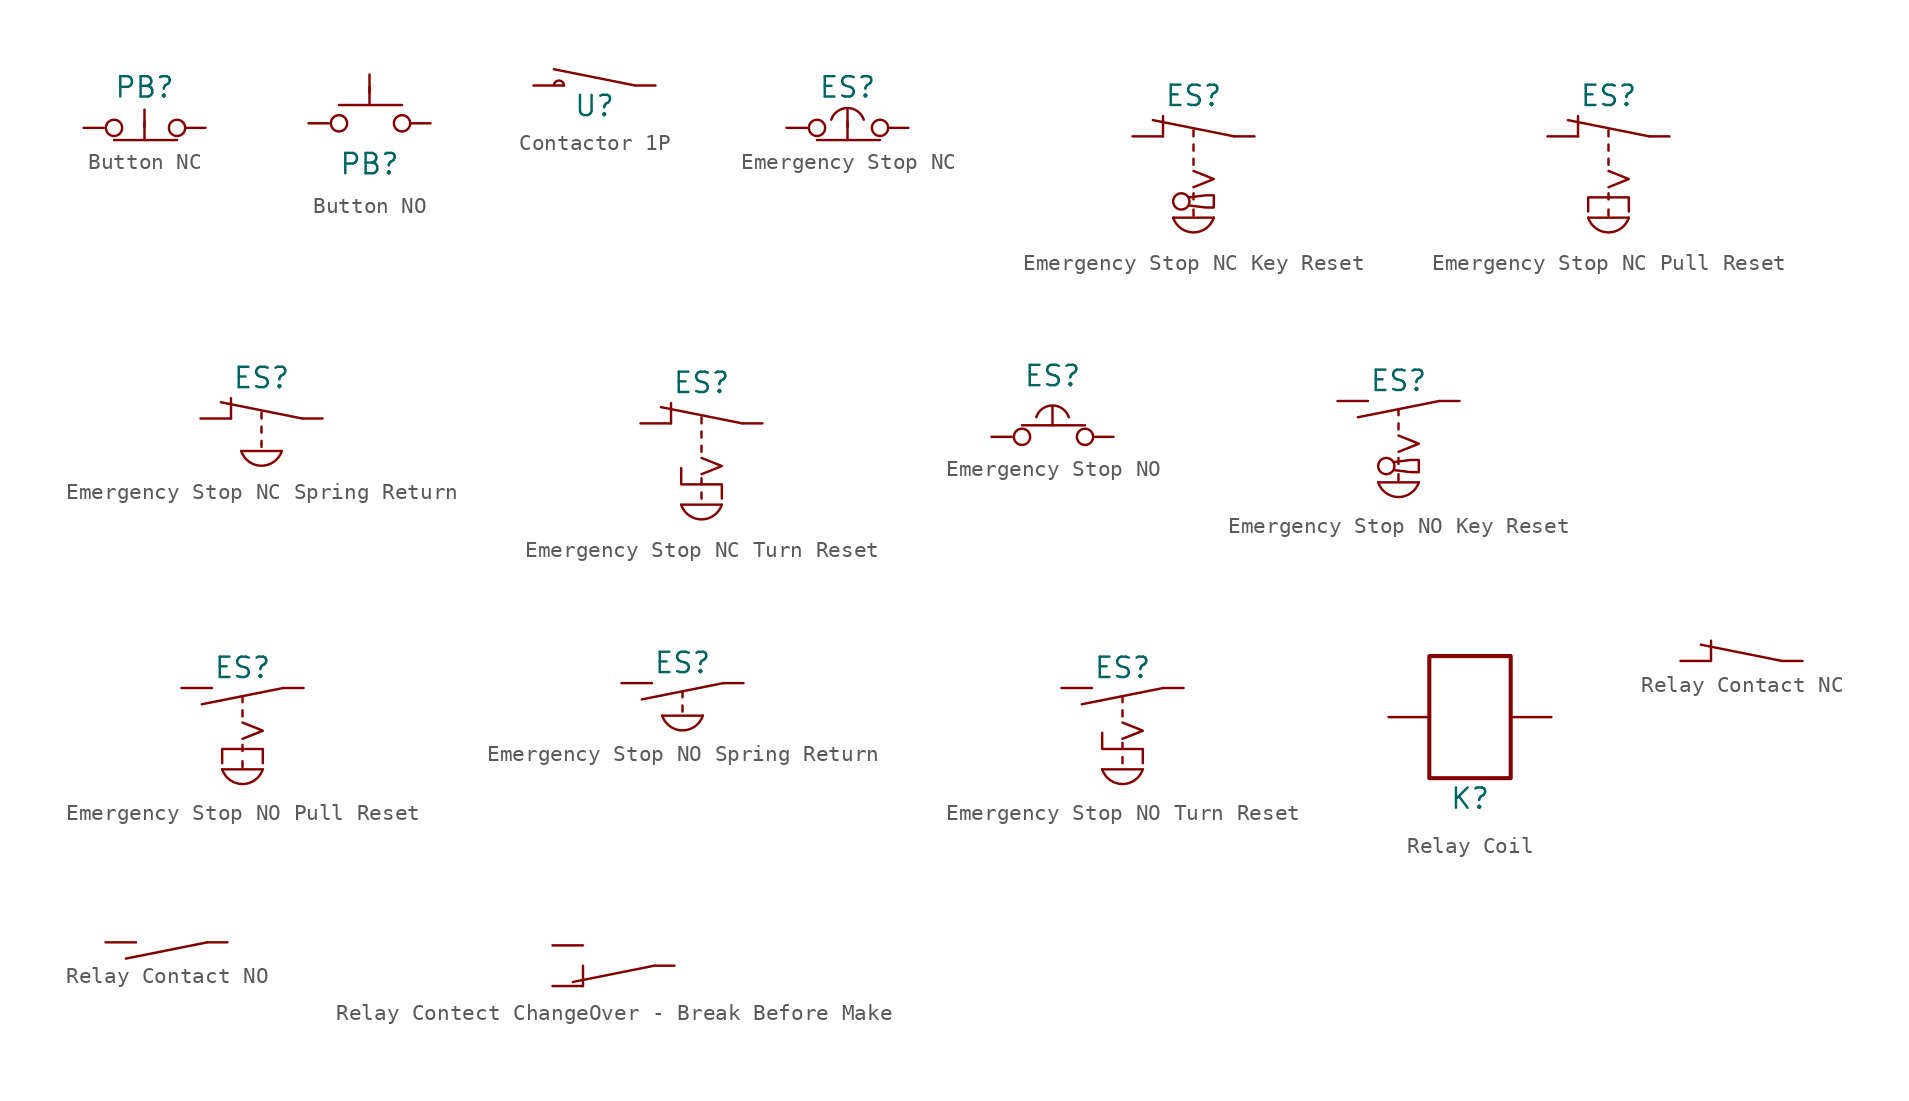
<source format=kicad_sym>
(kicad_symbol_lib
  (version 20220914)
  (generator kicad_symbol_editor)
  (symbol "Button NC"
    (pin_numbers hide)
    (pin_names
      (offset 0) hide)
    (property "Reference" "PB"
      (at 0 2.54 0)
      (effects (font (size 1.27 1.27))))
    (symbol "Button NC_1_0"
      (polyline (pts (xy 0 0) (xy 0 0.381)) (stroke (width 0) (type default)) (fill (type none)))
      (polyline (pts (xy 0 1.143) (xy 0 -0.762)) (stroke (width 0) (type default)) (fill (type none))))
    (symbol "Button NC_1_1"
      (circle (center -1.905 0) (radius 0.508) (stroke (width 0) (type default)) (fill (type none)))
      (polyline (pts (xy 2.032 -0.762) (xy -1.905 -0.762)) (stroke (width 0) (type default)) (fill (type none)))
      (circle (center 2.032 0) (radius 0.508) (stroke (width 0) (type default)) (fill (type none)))
      (pin passive line (at 3.81 0 180) (length 1.27) (name "COM1" (effects (font (size 1.27 1.27)))) (number "COM1" (effects (font (size 1.27 1.27)))))
      (pin passive line (at -3.81 0 0) (length 1.27) (name "NC1" (effects (font (size 1.27 1.27)))) (number "NC1" (effects (font (size 1.27 1.27)))))))
  (symbol "Button NO"
    (pin_numbers hide)
    (pin_names
      (offset 0) hide)
    (property "Reference" "PB"
      (at 0 -2.54 0)
      (effects (font (size 1.27 1.27))))
    (symbol "Button NO_1_0"
      (polyline (pts (xy 0 1.905) (xy 0 2.286)) (stroke (width 0) (type default)) (fill (type none)))
      (polyline (pts (xy 0 3.048) (xy 0 1.143)) (stroke (width 0) (type default)) (fill (type none))))
    (symbol "Button NO_1_1"
      (circle (center -1.905 0) (radius 0.508) (stroke (width 0) (type default)) (fill (type none)))
      (polyline (pts (xy 2.032 1.143) (xy -1.905 1.143)) (stroke (width 0) (type default)) (fill (type none)))
      (circle (center 2.032 0) (radius 0.508) (stroke (width 0) (type default)) (fill (type none)))
      (pin passive line (at 3.81 0 180) (length 1.27) (name "COM1" (effects (font (size 1.27 1.27)))) (number "COM1" (effects (font (size 1.27 1.27)))))
      (pin passive line (at -3.81 0 0) (length 1.27) (name "NC1" (effects (font (size 1.27 1.27)))) (number "NC1" (effects (font (size 1.27 1.27)))))))
  (symbol "Contactor 1P"
    (pin_numbers hide)
    (pin_names
      (offset 0) hide)
    (property "Reference" "U"
      (at 0 -1.27 0)
      (effects (font (size 1.27 1.27))))
    (symbol "Contactor 1P_0_1"
      (arc (start -1.905 0) (mid -2.2225 0.3064) (end -2.54 0) (stroke (width 0) (type default)) (fill (type none))))
    (symbol "Contactor 1P_1_1"
      (polyline (pts (xy 2.54 0) (xy -2.54 1.016)) (stroke (width 0) (type default)) (fill (type none)))
      (pin passive line (at 3.81 0 180) (length 1.27) (name "COM1" (effects (font (size 1.27 1.27)))) (number "COM1" (effects (font (size 1.27 1.27)))))
      (pin passive line (at -3.81 0 0) (length 1.905) (name "NC1" (effects (font (size 1.27 1.27)))) (number "NC1" (effects (font (size 1.27 1.27)))))))
  (symbol "Emergency Stop NC"
    (pin_numbers hide)
    (pin_names
      (offset 0) hide)
    (property "Reference" "ES"
      (at 0 2.54 0)
      (effects (font (size 1.27 1.27))))
    (symbol "Emergency Stop NC_0_0"
      (arc (start 1.016 0.508) (mid 0 1.2398) (end -1.016 0.508) (stroke (width 0) (type default)) (fill (type none))))
    (symbol "Emergency Stop NC_1_0"
      (polyline (pts (xy 0 0) (xy 0 0.381)) (stroke (width 0) (type default)) (fill (type none)))
      (polyline (pts (xy 0 1.143) (xy 0 -0.762)) (stroke (width 0) (type default)) (fill (type none))))
    (symbol "Emergency Stop NC_1_1"
      (circle (center -1.905 0) (radius 0.508) (stroke (width 0) (type default)) (fill (type none)))
      (polyline (pts (xy 2.032 -0.762) (xy -1.905 -0.762)) (stroke (width 0) (type default)) (fill (type none)))
      (circle (center 2.032 0) (radius 0.508) (stroke (width 0) (type default)) (fill (type none)))
      (pin passive line (at 3.81 0 180) (length 1.27) (name "COM1" (effects (font (size 1.27 1.27)))) (number "COM1" (effects (font (size 1.27 1.27)))))
      (pin passive line (at -3.81 0 0) (length 1.27) (name "NC1" (effects (font (size 1.27 1.27)))) (number "NC1" (effects (font (size 1.27 1.27)))))))
  (symbol "Emergency Stop NC Key Reset"
    (pin_numbers hide)
    (pin_names
      (offset 0) hide)
    (property "Reference" "ES"
      (at 0 2.54 0)
      (effects (font (size 1.27 1.27))))
    (symbol "Emergency Stop NC Key Reset_0_0"
      (arc (start -1.27 -5.08) (mid 0 -6.0002) (end 1.27 -5.08) (stroke (width 0) (type default)) (fill (type none)))
      (circle (center -0.762 -4.064) (radius 0.508) (stroke (width 0) (type default)) (fill (type none)))
      (polyline (pts (xy -1.905 0) (xy -1.905 1.27)) (stroke (width 0) (type default)) (fill (type none)))
      (polyline (pts (xy -1.27 -5.08) (xy 1.27 -5.08)) (stroke (width 0) (type default)) (fill (type none)))
      (polyline (pts (xy 0 -3.175) (xy 1.27 -2.667) (xy 0 -2.159)) (stroke (width 0) (type default)) (fill (type none)))
      (polyline (pts (xy -0.254 -3.81) (xy 0.762 -3.683) (xy 1.27 -3.683) (xy 1.27 -4.445) (xy 0.762 -4.445) (xy -0.254 -4.318)) (stroke (width 0) (type default)) (fill (type none))))
    (symbol "Emergency Stop NC Key Reset_1_0"
      (polyline (pts (xy 0 -4.953) (xy 0 -4.572)) (stroke (width 0) (type default)) (fill (type none)))
      (polyline (pts (xy 0 -3.556) (xy 0 -3.937)) (stroke (width 0) (type default)) (fill (type none)))
      (polyline (pts (xy 0 -1.778) (xy 0 -1.397)) (stroke (width 0) (type default)) (fill (type none)))
      (polyline (pts (xy 0 -0.889) (xy 0 -0.508)) (stroke (width 0) (type default)) (fill (type none)))
      (polyline (pts (xy 0 0) (xy 0 0.381)) (stroke (width 0) (type default)) (fill (type none))))
    (symbol "Emergency Stop NC Key Reset_1_1"
      (polyline (pts (xy 2.54 0) (xy -2.54 1.016)) (stroke (width 0) (type default)) (fill (type none)))
      (pin passive line (at 3.81 0 180) (length 1.27) (name "COM1" (effects (font (size 1.27 1.27)))) (number "COM1" (effects (font (size 1.27 1.27)))))
      (pin passive line (at -3.81 0 0) (length 1.905) (name "NC1" (effects (font (size 1.27 1.27)))) (number "NC1" (effects (font (size 1.27 1.27)))))))
  (symbol "Emergency Stop NC Pull Reset"
    (pin_numbers hide)
    (pin_names
      (offset 0) hide)
    (property "Reference" "ES"
      (at 0 2.54 0)
      (effects (font (size 1.27 1.27))))
    (symbol "Emergency Stop NC Pull Reset_0_0"
      (arc (start -1.27 -5.08) (mid 0 -6.0002) (end 1.27 -5.08) (stroke (width 0) (type default)) (fill (type none)))
      (polyline (pts (xy -1.905 0) (xy -1.905 1.27)) (stroke (width 0) (type default)) (fill (type none)))
      (polyline (pts (xy -1.27 -5.08) (xy 1.27 -5.08)) (stroke (width 0) (type default)) (fill (type none)))
      (polyline (pts (xy 0 -3.175) (xy 1.27 -2.667) (xy 0 -2.159)) (stroke (width 0) (type default)) (fill (type none)))
      (polyline (pts (xy -1.27 -4.699) (xy -1.27 -3.81) (xy 1.27 -3.81) (xy 1.27 -4.699)) (stroke (width 0) (type default)) (fill (type none))))
    (symbol "Emergency Stop NC Pull Reset_1_0"
      (polyline (pts (xy 0 -4.953) (xy 0 -4.572)) (stroke (width 0) (type default)) (fill (type none)))
      (polyline (pts (xy 0 -3.556) (xy 0 -3.937)) (stroke (width 0) (type default)) (fill (type none)))
      (polyline (pts (xy 0 -1.778) (xy 0 -1.397)) (stroke (width 0) (type default)) (fill (type none)))
      (polyline (pts (xy 0 -0.889) (xy 0 -0.508)) (stroke (width 0) (type default)) (fill (type none)))
      (polyline (pts (xy 0 0) (xy 0 0.381)) (stroke (width 0) (type default)) (fill (type none))))
    (symbol "Emergency Stop NC Pull Reset_1_1"
      (polyline (pts (xy 2.54 0) (xy -2.54 1.016)) (stroke (width 0) (type default)) (fill (type none)))
      (pin passive line (at 3.81 0 180) (length 1.27) (name "COM1" (effects (font (size 1.27 1.27)))) (number "COM1" (effects (font (size 1.27 1.27)))))
      (pin passive line (at -3.81 0 0) (length 1.905) (name "NC1" (effects (font (size 1.27 1.27)))) (number "NC1" (effects (font (size 1.27 1.27)))))))
  (symbol "Emergency Stop NC Spring Return"
    (pin_numbers hide)
    (pin_names
      (offset 0) hide)
    (property "Reference" "ES"
      (at 0 2.54 0)
      (effects (font (size 1.27 1.27))))
    (symbol "Emergency Stop NC Spring Return_0_0"
      (arc (start -1.27 -2.032) (mid 0 -2.9522) (end 1.27 -2.032) (stroke (width 0) (type default)) (fill (type none)))
      (polyline (pts (xy -1.905 0) (xy -1.905 1.27)) (stroke (width 0) (type default)) (fill (type none)))
      (polyline (pts (xy -1.27 -2.032) (xy 1.27 -2.032)) (stroke (width 0) (type default)) (fill (type none))))
    (symbol "Emergency Stop NC Spring Return_1_0"
      (polyline (pts (xy 0 -1.778) (xy 0 -1.397)) (stroke (width 0) (type default)) (fill (type none)))
      (polyline (pts (xy 0 -0.889) (xy 0 -0.508)) (stroke (width 0) (type default)) (fill (type none)))
      (polyline (pts (xy 0 0) (xy 0 0.381)) (stroke (width 0) (type default)) (fill (type none))))
    (symbol "Emergency Stop NC Spring Return_1_1"
      (polyline (pts (xy 2.54 0) (xy -2.54 1.016)) (stroke (width 0) (type default)) (fill (type none)))
      (pin passive line (at 3.81 0 180) (length 1.27) (name "COM1" (effects (font (size 1.27 1.27)))) (number "COM1" (effects (font (size 1.27 1.27)))))
      (pin passive line (at -3.81 0 0) (length 1.905) (name "NC1" (effects (font (size 1.27 1.27)))) (number "NC1" (effects (font (size 1.27 1.27)))))))
  (symbol "Emergency Stop NC Turn Reset"
    (pin_numbers hide)
    (pin_names
      (offset 0) hide)
    (property "Reference" "ES"
      (at 0 2.54 0)
      (effects (font (size 1.27 1.27))))
    (symbol "Emergency Stop NC Turn Reset_0_0"
      (arc (start -1.27 -5.08) (mid 0 -6.0002) (end 1.27 -5.08) (stroke (width 0) (type default)) (fill (type none)))
      (polyline (pts (xy -1.905 0) (xy -1.905 1.27)) (stroke (width 0) (type default)) (fill (type none)))
      (polyline (pts (xy -1.27 -5.08) (xy 1.27 -5.08)) (stroke (width 0) (type default)) (fill (type none)))
      (polyline (pts (xy 0 -3.175) (xy 1.27 -2.667) (xy 0 -2.159)) (stroke (width 0) (type default)) (fill (type none)))
      (polyline (pts (xy -1.27 -2.794) (xy -1.27 -3.81) (xy 1.27 -3.81) (xy 1.27 -4.699)) (stroke (width 0) (type default)) (fill (type none))))
    (symbol "Emergency Stop NC Turn Reset_1_0"
      (polyline (pts (xy 0 -4.699) (xy 0 -4.318)) (stroke (width 0) (type default)) (fill (type none)))
      (polyline (pts (xy 0 -3.429) (xy 0 -3.81)) (stroke (width 0) (type default)) (fill (type none)))
      (polyline (pts (xy 0 -1.778) (xy 0 -1.397)) (stroke (width 0) (type default)) (fill (type none)))
      (polyline (pts (xy 0 -0.889) (xy 0 -0.508)) (stroke (width 0) (type default)) (fill (type none)))
      (polyline (pts (xy 0 0) (xy 0 0.381)) (stroke (width 0) (type default)) (fill (type none))))
    (symbol "Emergency Stop NC Turn Reset_1_1"
      (polyline (pts (xy 2.54 0) (xy -2.54 1.016)) (stroke (width 0) (type default)) (fill (type none)))
      (pin passive line (at 3.81 0 180) (length 1.27) (name "COM1" (effects (font (size 1.27 1.27)))) (number "COM1" (effects (font (size 1.27 1.27)))))
      (pin passive line (at -3.81 0 0) (length 1.905) (name "NC1" (effects (font (size 1.27 1.27)))) (number "NC1" (effects (font (size 1.27 1.27)))))))
  (symbol "Emergency Stop NO"
    (pin_numbers hide)
    (pin_names
      (offset 0) hide)
    (property "Reference" "ES"
      (at 0 3.81 0)
      (effects (font (size 1.27 1.27))))
    (symbol "Emergency Stop NO_0_0"
      (arc (start 1.016 1.2284) (mid 0 1.9602) (end -1.016 1.2284) (stroke (width 0) (type default)) (fill (type none))))
    (symbol "Emergency Stop NO_1_0"
      (polyline (pts (xy 0 1.905) (xy 0 0.72)) (stroke (width 0) (type default)) (fill (type none))))
    (symbol "Emergency Stop NO_1_1"
      (circle (center -1.905 0) (radius 0.508) (stroke (width 0) (type default)) (fill (type none)))
      (polyline (pts (xy 2.032 0.72) (xy -1.905 0.72)) (stroke (width 0) (type default)) (fill (type none)))
      (circle (center 2.032 0) (radius 0.508) (stroke (width 0) (type default)) (fill (type none)))
      (pin passive line (at 3.81 0 180) (length 1.27) (name "COM1" (effects (font (size 1.27 1.27)))) (number "COM1" (effects (font (size 1.27 1.27)))))
      (pin passive line (at -3.81 0 0) (length 1.27) (name "NC1" (effects (font (size 1.27 1.27)))) (number "NC1" (effects (font (size 1.27 1.27)))))))
  (symbol "Emergency Stop NO Key Reset"
    (pin_numbers hide)
    (pin_names
      (offset 0) hide)
    (property "Reference" "ES"
      (at 0 1.27 0)
      (effects (font (size 1.27 1.27))))
    (symbol "Emergency Stop NO Key Reset_0_0"
      (arc (start -1.27 -5.08) (mid 0 -6.0002) (end 1.27 -5.08) (stroke (width 0) (type default)) (fill (type none)))
      (circle (center -0.762 -4.064) (radius 0.508) (stroke (width 0) (type default)) (fill (type none)))
      (polyline (pts (xy -1.27 -5.08) (xy 1.27 -5.08)) (stroke (width 0) (type default)) (fill (type none)))
      (polyline (pts (xy 0 -3.175) (xy 1.27 -2.667) (xy 0 -2.159)) (stroke (width 0) (type default)) (fill (type none)))
      (polyline (pts (xy -0.254 -3.81) (xy 0.762 -3.683) (xy 1.27 -3.683) (xy 1.27 -4.445) (xy 0.762 -4.445) (xy -0.254 -4.318)) (stroke (width 0) (type default)) (fill (type none))))
    (symbol "Emergency Stop NO Key Reset_1_0"
      (polyline (pts (xy 0 -4.953) (xy 0 -4.572)) (stroke (width 0) (type default)) (fill (type none)))
      (polyline (pts (xy 0 -3.556) (xy 0 -3.937)) (stroke (width 0) (type default)) (fill (type none)))
      (polyline (pts (xy 0 -1.778) (xy 0 -1.397)) (stroke (width 0) (type default)) (fill (type none)))
      (polyline (pts (xy 0 -0.889) (xy 0 -0.508)) (stroke (width 0) (type default)) (fill (type none))))
    (symbol "Emergency Stop NO Key Reset_1_1"
      (polyline (pts (xy 2.54 0) (xy -2.54 -1.016)) (stroke (width 0) (type default)) (fill (type none)))
      (pin passive line (at 3.81 0 180) (length 1.27) (name "COM1" (effects (font (size 1.27 1.27)))) (number "COM1" (effects (font (size 1.27 1.27)))))
      (pin passive line (at -3.81 0 0) (length 1.905) (name "NC1" (effects (font (size 1.27 1.27)))) (number "NC1" (effects (font (size 1.27 1.27)))))))
  (symbol "Emergency Stop NO Pull Reset"
    (pin_numbers hide)
    (pin_names
      (offset 0) hide)
    (property "Reference" "ES"
      (at 0 1.27 0)
      (effects (font (size 1.27 1.27))))
    (symbol "Emergency Stop NO Pull Reset_0_0"
      (arc (start -1.27 -5.08) (mid 0 -6.0002) (end 1.27 -5.08) (stroke (width 0) (type default)) (fill (type none)))
      (polyline (pts (xy -1.27 -5.08) (xy 1.27 -5.08)) (stroke (width 0) (type default)) (fill (type none)))
      (polyline (pts (xy 0 -3.175) (xy 1.27 -2.667) (xy 0 -2.159)) (stroke (width 0) (type default)) (fill (type none)))
      (polyline (pts (xy -1.27 -4.699) (xy -1.27 -3.81) (xy 1.27 -3.81) (xy 1.27 -4.699)) (stroke (width 0) (type default)) (fill (type none))))
    (symbol "Emergency Stop NO Pull Reset_1_0"
      (polyline (pts (xy 0 -4.953) (xy 0 -4.572)) (stroke (width 0) (type default)) (fill (type none)))
      (polyline (pts (xy 0 -3.556) (xy 0 -3.937)) (stroke (width 0) (type default)) (fill (type none)))
      (polyline (pts (xy 0 -1.778) (xy 0 -1.397)) (stroke (width 0) (type default)) (fill (type none)))
      (polyline (pts (xy 0 -0.889) (xy 0 -0.508)) (stroke (width 0) (type default)) (fill (type none))))
    (symbol "Emergency Stop NO Pull Reset_1_1"
      (polyline (pts (xy -2.54 -1.016) (xy 2.54 0)) (stroke (width 0) (type default)) (fill (type none)))
      (pin passive line (at 3.81 0 180) (length 1.27) (name "COM1" (effects (font (size 1.27 1.27)))) (number "COM1" (effects (font (size 1.27 1.27)))))
      (pin passive line (at -3.81 0 0) (length 1.905) (name "NC1" (effects (font (size 1.27 1.27)))) (number "NC1" (effects (font (size 1.27 1.27)))))))
  (symbol "Emergency Stop NO Spring Return"
    (pin_numbers hide)
    (pin_names
      (offset 0) hide)
    (property "Reference" "ES"
      (at 0 1.27 0)
      (effects (font (size 1.27 1.27))))
    (symbol "Emergency Stop NO Spring Return_0_0"
      (arc (start -1.27 -2.032) (mid 0 -2.9522) (end 1.27 -2.032) (stroke (width 0) (type default)) (fill (type none)))
      (polyline (pts (xy -1.27 -2.032) (xy 1.27 -2.032)) (stroke (width 0) (type default)) (fill (type none))))
    (symbol "Emergency Stop NO Spring Return_1_0"
      (polyline (pts (xy 0 -1.778) (xy 0 -1.397)) (stroke (width 0) (type default)) (fill (type none)))
      (polyline (pts (xy 0 -0.889) (xy 0 -0.508)) (stroke (width 0) (type default)) (fill (type none))))
    (symbol "Emergency Stop NO Spring Return_1_1"
      (polyline (pts (xy -2.54 -1.016) (xy 2.54 0)) (stroke (width 0) (type default)) (fill (type none)))
      (pin passive line (at 3.81 0 180) (length 1.27) (name "COM1" (effects (font (size 1.27 1.27)))) (number "COM1" (effects (font (size 1.27 1.27)))))
      (pin passive line (at -3.81 0 0) (length 1.905) (name "NC1" (effects (font (size 1.27 1.27)))) (number "NC1" (effects (font (size 1.27 1.27)))))))
  (symbol "Emergency Stop NO Turn Reset"
    (pin_numbers hide)
    (pin_names
      (offset 0) hide)
    (property "Reference" "ES"
      (at 0 1.27 0)
      (effects (font (size 1.27 1.27))))
    (symbol "Emergency Stop NO Turn Reset_0_0"
      (arc (start -1.27 -5.08) (mid 0 -6.0002) (end 1.27 -5.08) (stroke (width 0) (type default)) (fill (type none)))
      (polyline (pts (xy -1.27 -5.08) (xy 1.27 -5.08)) (stroke (width 0) (type default)) (fill (type none)))
      (polyline (pts (xy 0 -3.175) (xy 1.27 -2.667) (xy 0 -2.159)) (stroke (width 0) (type default)) (fill (type none)))
      (polyline (pts (xy -1.27 -2.794) (xy -1.27 -3.81) (xy 1.27 -3.81) (xy 1.27 -4.699)) (stroke (width 0) (type default)) (fill (type none))))
    (symbol "Emergency Stop NO Turn Reset_1_0"
      (polyline (pts (xy 0 -4.699) (xy 0 -4.318)) (stroke (width 0) (type default)) (fill (type none)))
      (polyline (pts (xy 0 -3.429) (xy 0 -3.81)) (stroke (width 0) (type default)) (fill (type none)))
      (polyline (pts (xy 0 -1.778) (xy 0 -1.397)) (stroke (width 0) (type default)) (fill (type none)))
      (polyline (pts (xy 0 -0.889) (xy 0 -0.508)) (stroke (width 0) (type default)) (fill (type none))))
    (symbol "Emergency Stop NO Turn Reset_1_1"
      (polyline (pts (xy 2.54 0) (xy -2.54 -1.016)) (stroke (width 0) (type default)) (fill (type none)))
      (pin passive line (at 3.81 0 180) (length 1.27) (name "COM1" (effects (font (size 1.27 1.27)))) (number "COM1" (effects (font (size 1.27 1.27)))))
      (pin passive line (at -3.81 0 0) (length 1.905) (name "NC1" (effects (font (size 1.27 1.27)))) (number "NC1" (effects (font (size 1.27 1.27)))))))
  (symbol "Relay Coil"
    (pin_numbers hide)
    (pin_names
      (offset 0) hide)
    (property "Reference" "K"
      (at 0 -5.08 0)
      (effects (font (size 1.27 1.27))))
    (symbol "Relay Coil_0_1"
      (rectangle (start -2.54 3.81) (end 2.54 -3.81) (stroke (width 0.254) (type default)) (fill (type none))))
    (symbol "Relay Coil_1_1"
      (pin passive line (at -5.08 0 0) (length 2.54) (name "COIL1" (effects (font (size 1.27 1.27)))) (number "COIL1" (effects (font (size 1.27 1.27)))))
      (pin passive line (at 5.08 0 180) (length 2.54) (name "COIL2" (effects (font (size 1.27 1.27)))) (number "COIL2" (effects (font (size 1.27 1.27)))))))
  (symbol "Relay Contact NC"
    (pin_numbers hide)
    (pin_names
      (offset 0) hide)
    (property "Reference" "K"
      (at 0 -1.27 0)
      (effects (font (size 1.27 1.27)) hide))
    (symbol "Relay Contact NC_0_0"
      (polyline (pts (xy -1.905 0) (xy -1.905 1.27)) (stroke (width 0) (type default)) (fill (type none))))
    (symbol "Relay Contact NC_1_1"
      (polyline (pts (xy 2.54 0) (xy -2.54 1.016)) (stroke (width 0) (type default)) (fill (type none)))
      (pin passive line (at 3.81 0 180) (length 1.27) (name "COM1" (effects (font (size 1.27 1.27)))) (number "COM1" (effects (font (size 1.27 1.27)))))
      (pin passive line (at -3.81 0 0) (length 1.905) (name "NC1" (effects (font (size 1.27 1.27)))) (number "NC1" (effects (font (size 1.27 1.27)))))))
  (symbol "Relay Contact NO"
    (pin_numbers hide)
    (pin_names
      (offset 0) hide)
    (property "Reference" "K"
      (at 0 -2.54 0)
      (effects (font (size 1.27 1.27)) hide))
    (symbol "Relay Contact NO_1_1"
      (polyline (pts (xy 2.54 0) (xy -2.54 -1.016)) (stroke (width 0) (type default)) (fill (type none)))
      (pin passive line (at 3.81 0 180) (length 1.27) (name "COM1" (effects (font (size 1.27 1.27)))) (number "COM1" (effects (font (size 1.27 1.27)))))
      (pin passive line (at -3.81 0 0) (length 1.905) (name "NC1" (effects (font (size 1.27 1.27)))) (number "NC1" (effects (font (size 1.27 1.27)))))))
  (symbol "Relay Contect ChangeOver - Break Before Make"
    (pin_numbers hide)
    (pin_names
      (offset 0) hide)
    (property "Reference" "K"
      (at 0 -1.27 0)
      (effects (font (size 1.27 1.27)) hide))
    (symbol "Relay Contect ChangeOver - Break Before Make_0_0"
      (polyline (pts (xy -1.905 0) (xy -1.905 1.27)) (stroke (width 0) (type default)) (fill (type none))))
    (symbol "Relay Contect ChangeOver - Break Before Make_1_1"
      (polyline (pts (xy 2.54 1.27) (xy -2.54 0.254)) (stroke (width 0) (type default)) (fill (type none)))
      (pin passive line (at 3.81 1.27 180) (length 1.27) (name "COM1" (effects (font (size 1.27 1.27)))) (number "COM1" (effects (font (size 1.27 1.27)))))
      (pin passive line (at -3.81 0 0) (length 1.905) (name "NC1" (effects (font (size 1.27 1.27)))) (number "NC1" (effects (font (size 1.27 1.27)))))
      (pin passive line (at -3.81 2.54 0) (length 1.905) (name "NC1" (effects (font (size 1.27 1.27)))) (number "NC1" (effects (font (size 1.27 1.27))))))))
</source>
